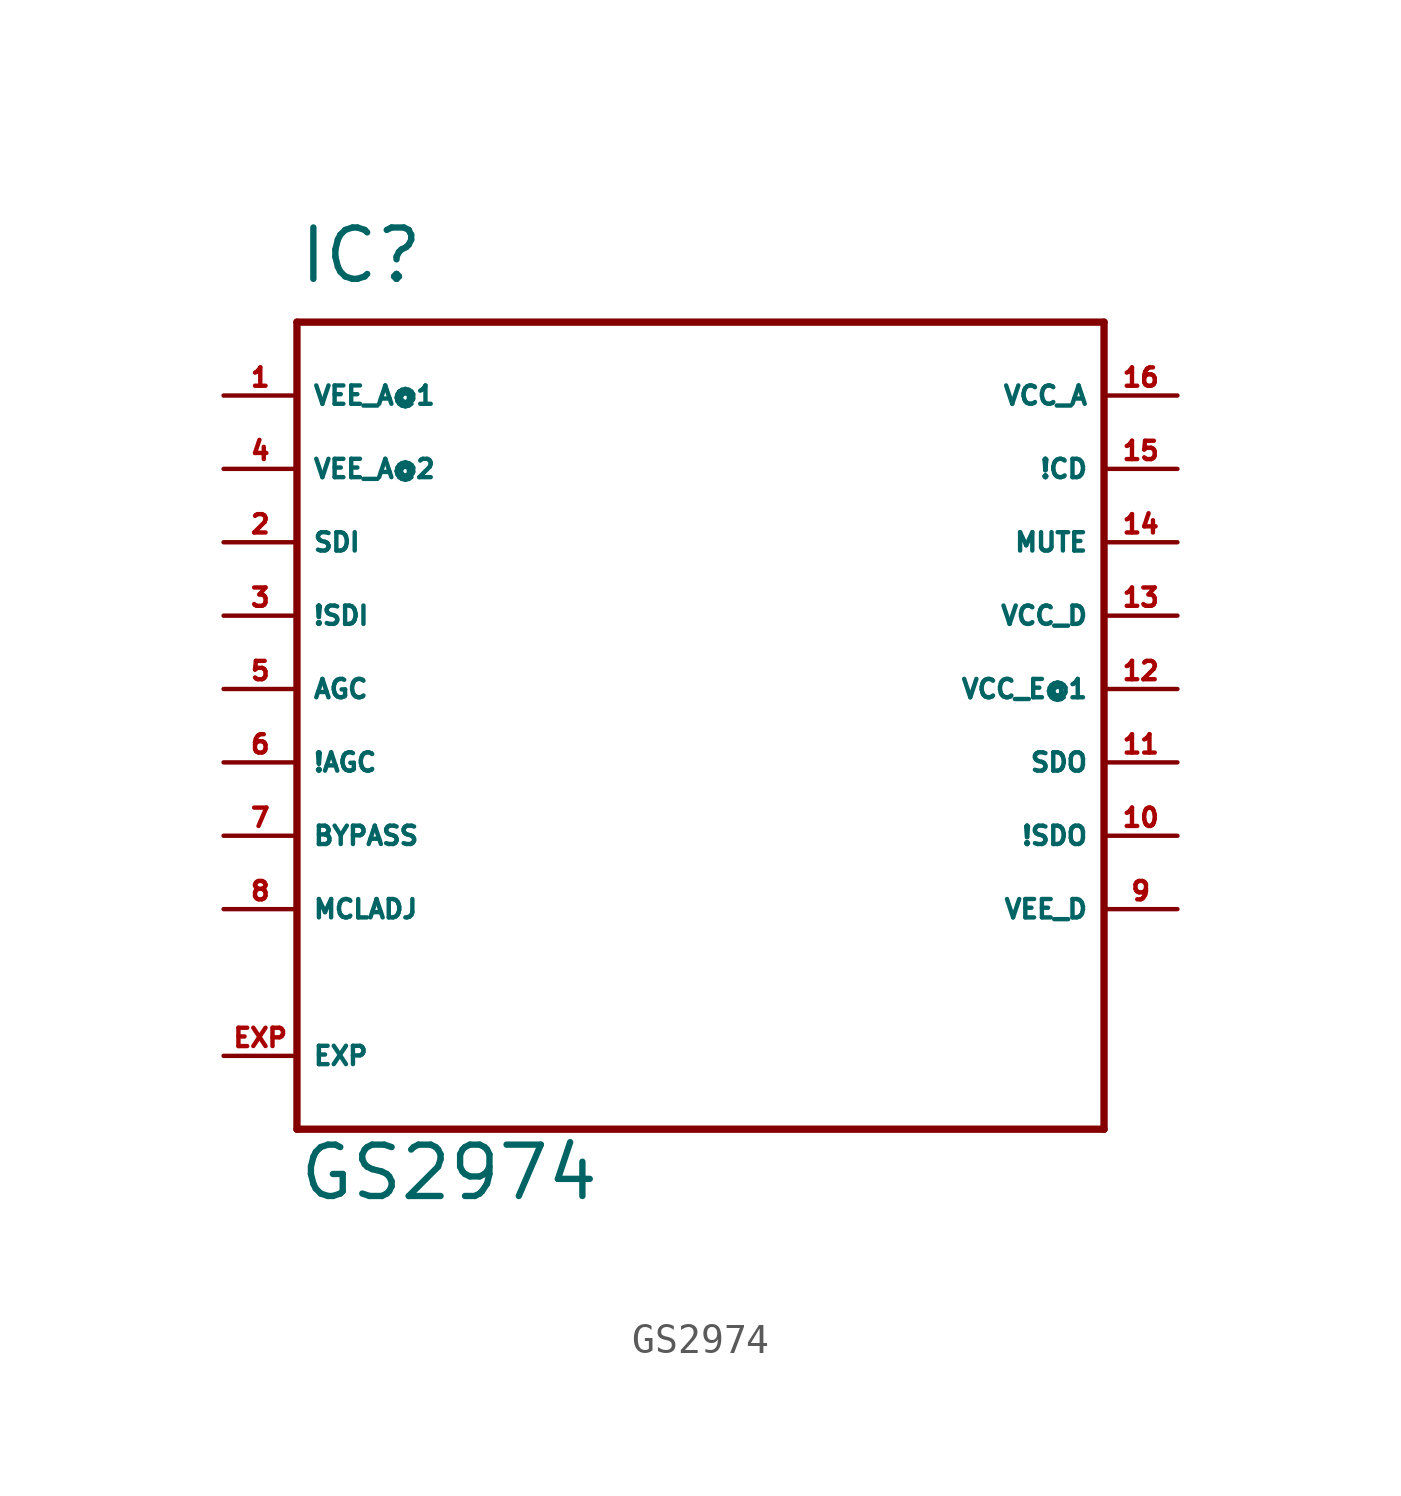
<source format=kicad_sym>
(kicad_symbol_lib
  (version 20220914)
  (generator Eagle2Kicad)
  (symbol "GS2974"
    (property "Reference" "IC"
      (at -12.7 13.97 0)
      (effects (font (size 1.778 1.778) (thickness 0.22)) (justify left bottom)))
    (property "Value" "GS2974"
      (at -12.7 -17.78 0)
      (effects (font (size 1.778 1.778) (thickness 0.22)) (justify left bottom)))
    (polyline
      (pts (xy -12.7 12.7) (xy 15.24 12.7))
      (stroke (width 0.254) (type default))
      (fill (type none)))
    (polyline
      (pts (xy 15.24 12.7) (xy 15.24 -15.24))
      (stroke (width 0.254) (type default))
      (fill (type none)))
    (polyline
      (pts (xy 15.24 -15.24) (xy -12.7 -15.24))
      (stroke (width 0.254) (type default))
      (fill (type none)))
    (polyline
      (pts (xy -12.7 -15.24) (xy -12.7 12.7))
      (stroke (width 0.254) (type default))
      (fill (type none)))
    (pin unspecified line
      (at -15.24 10.16 0)
      (length 2.54)
      (name "VEE_A@1" (effects (font (size 0.635 0.635) (thickness 0.08)) (justify left bottom)))
      (number "1" (effects (font (size 0.635 0.635) (thickness 0.08)) (justify left bottom))))
    (pin unspecified line
      (at -15.24 7.62 0)
      (length 2.54)
      (name "VEE_A@2" (effects (font (size 0.635 0.635) (thickness 0.08)) (justify left bottom)))
      (number "4" (effects (font (size 0.635 0.635) (thickness 0.08)) (justify left bottom))))
    (pin input line
      (at -15.24 5.08 0)
      (length 2.54)
      (name "SDI" (effects (font (size 0.635 0.635) (thickness 0.08)) (justify left bottom)))
      (number "2" (effects (font (size 0.635 0.635) (thickness 0.08)) (justify left bottom))))
    (pin input line
      (at -15.24 2.54 0)
      (length 2.54)
      (name "!SDI" (effects (font (size 0.635 0.635) (thickness 0.08)) (justify left bottom)))
      (number "3" (effects (font (size 0.635 0.635) (thickness 0.08)) (justify left bottom))))
    (pin passive line
      (at -15.24 0 0)
      (length 2.54)
      (name "AGC" (effects (font (size 0.635 0.635) (thickness 0.08)) (justify left bottom)))
      (number "5" (effects (font (size 0.635 0.635) (thickness 0.08)) (justify left bottom))))
    (pin passive line
      (at -15.24 -2.54 0)
      (length 2.54)
      (name "!AGC" (effects (font (size 0.635 0.635) (thickness 0.08)) (justify left bottom)))
      (number "6" (effects (font (size 0.635 0.635) (thickness 0.08)) (justify left bottom))))
    (pin input line
      (at -15.24 -5.08 0)
      (length 2.54)
      (name "BYPASS" (effects (font (size 0.635 0.635) (thickness 0.08)) (justify left bottom)))
      (number "7" (effects (font (size 0.635 0.635) (thickness 0.08)) (justify left bottom))))
    (pin input line
      (at -15.24 -7.62 0)
      (length 2.54)
      (name "MCLADJ" (effects (font (size 0.635 0.635) (thickness 0.08)) (justify left bottom)))
      (number "8" (effects (font (size 0.635 0.635) (thickness 0.08)) (justify left bottom))))
    (pin unspecified line
      (at 17.78 -7.62 180)
      (length 2.54)
      (name "VEE_D" (effects (font (size 0.635 0.635) (thickness 0.08)) (justify left bottom)))
      (number "9" (effects (font (size 0.635 0.635) (thickness 0.08)) (justify left bottom))))
    (pin output line
      (at 17.78 -5.08 180)
      (length 2.54)
      (name "!SDO" (effects (font (size 0.635 0.635) (thickness 0.08)) (justify left bottom)))
      (number "10" (effects (font (size 0.635 0.635) (thickness 0.08)) (justify left bottom))))
    (pin output line
      (at 17.78 -2.54 180)
      (length 2.54)
      (name "SDO" (effects (font (size 0.635 0.635) (thickness 0.08)) (justify left bottom)))
      (number "11" (effects (font (size 0.635 0.635) (thickness 0.08)) (justify left bottom))))
    (pin unspecified line
      (at 17.78 2.54 180)
      (length 2.54)
      (name "VCC_D" (effects (font (size 0.635 0.635) (thickness 0.08)) (justify left bottom)))
      (number "13" (effects (font (size 0.635 0.635) (thickness 0.08)) (justify left bottom))))
    (pin unspecified line
      (at 17.78 0 180)
      (length 2.54)
      (name "VCC_E@1" (effects (font (size 0.635 0.635) (thickness 0.08)) (justify left bottom)))
      (number "12" (effects (font (size 0.635 0.635) (thickness 0.08)) (justify left bottom))))
    (pin input line
      (at 17.78 5.08 180)
      (length 2.54)
      (name "MUTE" (effects (font (size 0.635 0.635) (thickness 0.08)) (justify left bottom)))
      (number "14" (effects (font (size 0.635 0.635) (thickness 0.08)) (justify left bottom))))
    (pin output line
      (at 17.78 7.62 180)
      (length 2.54)
      (name "!CD" (effects (font (size 0.635 0.635) (thickness 0.08)) (justify left bottom)))
      (number "15" (effects (font (size 0.635 0.635) (thickness 0.08)) (justify left bottom))))
    (pin unspecified line
      (at 17.78 10.16 180)
      (length 2.54)
      (name "VCC_A" (effects (font (size 0.635 0.635) (thickness 0.08)) (justify left bottom)))
      (number "16" (effects (font (size 0.635 0.635) (thickness 0.08)) (justify left bottom))))
    (pin unspecified line
      (at -15.24 -12.7 0)
      (length 2.54)
      (name "EXP" (effects (font (size 0.635 0.635) (thickness 0.08)) (justify left bottom)))
      (number "EXP" (effects (font (size 0.635 0.635) (thickness 0.08)) (justify left bottom))))))
</source>
